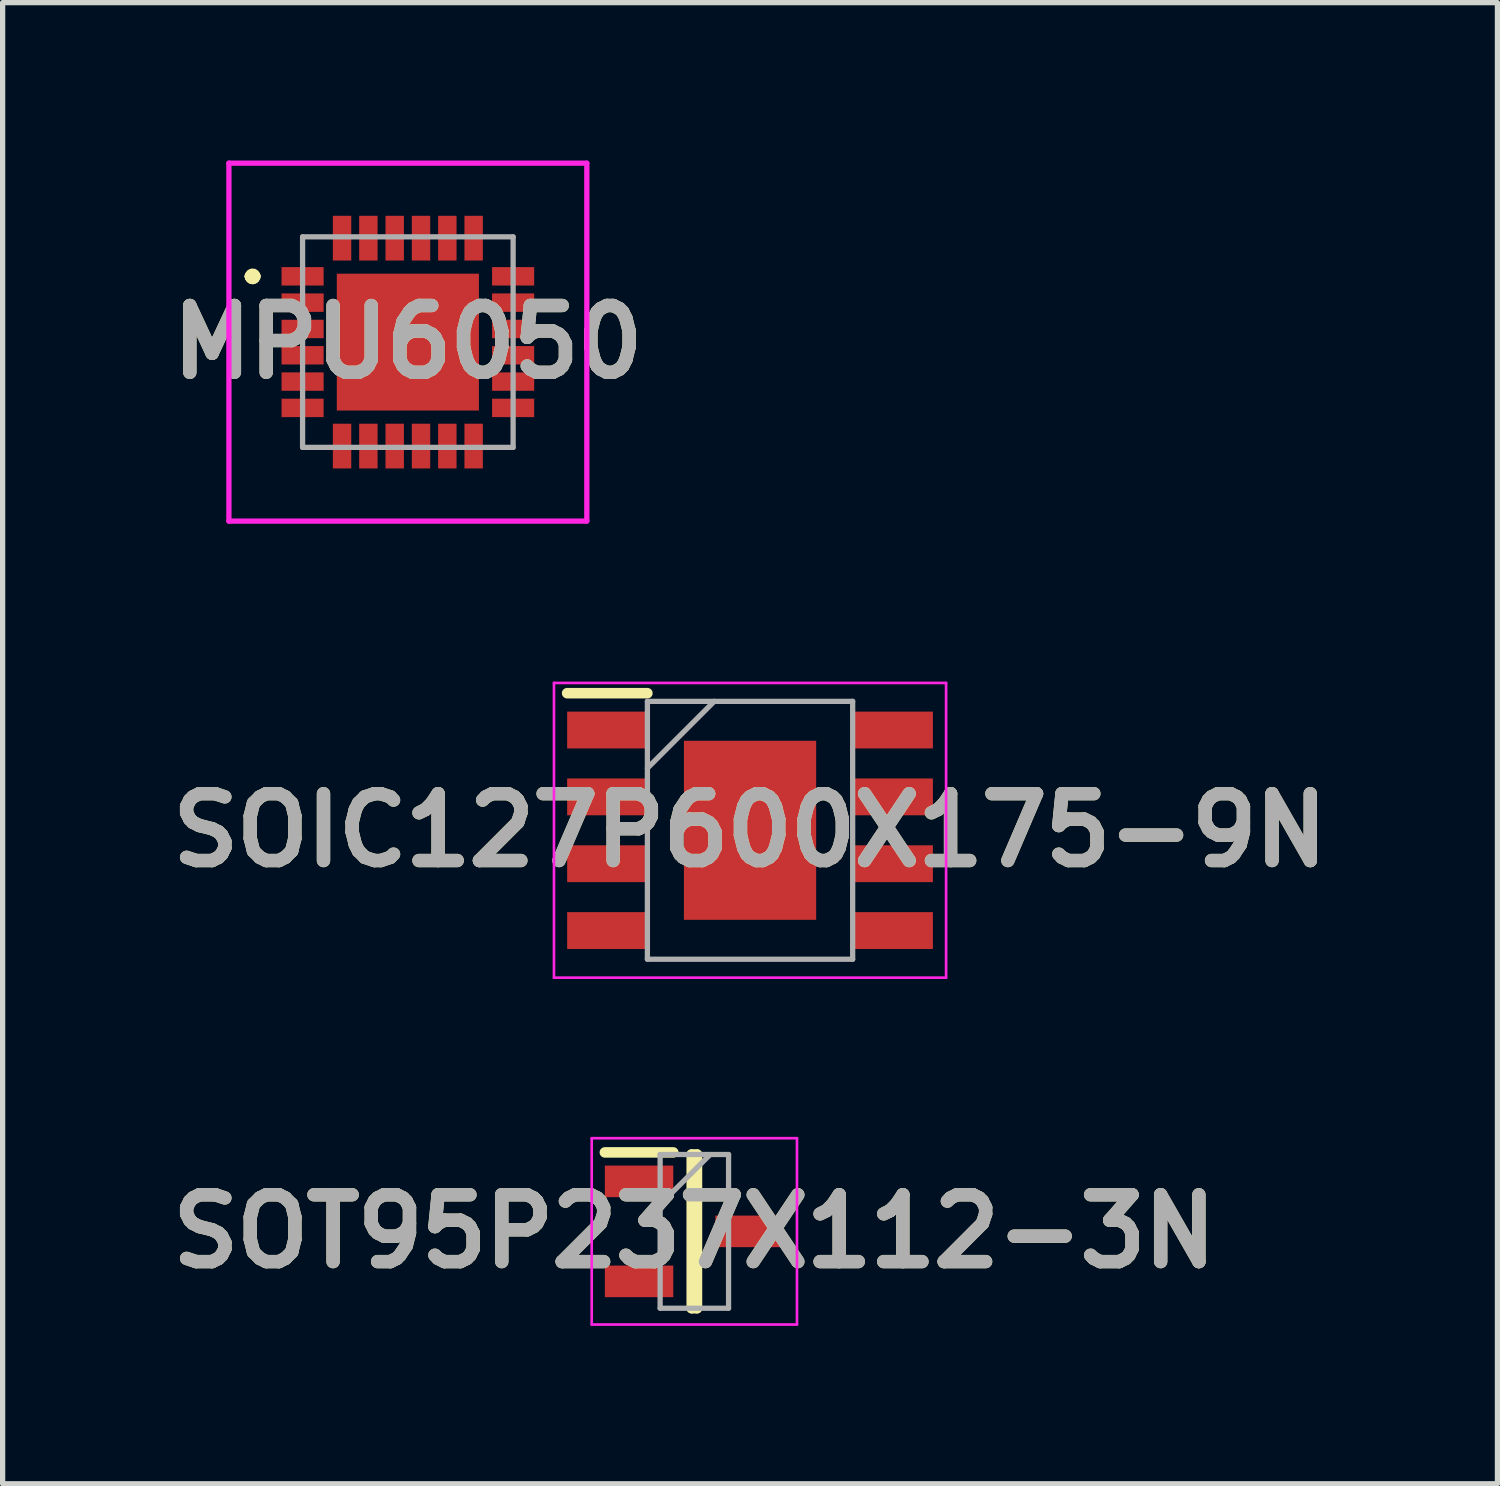
<source format=kicad_pcb>
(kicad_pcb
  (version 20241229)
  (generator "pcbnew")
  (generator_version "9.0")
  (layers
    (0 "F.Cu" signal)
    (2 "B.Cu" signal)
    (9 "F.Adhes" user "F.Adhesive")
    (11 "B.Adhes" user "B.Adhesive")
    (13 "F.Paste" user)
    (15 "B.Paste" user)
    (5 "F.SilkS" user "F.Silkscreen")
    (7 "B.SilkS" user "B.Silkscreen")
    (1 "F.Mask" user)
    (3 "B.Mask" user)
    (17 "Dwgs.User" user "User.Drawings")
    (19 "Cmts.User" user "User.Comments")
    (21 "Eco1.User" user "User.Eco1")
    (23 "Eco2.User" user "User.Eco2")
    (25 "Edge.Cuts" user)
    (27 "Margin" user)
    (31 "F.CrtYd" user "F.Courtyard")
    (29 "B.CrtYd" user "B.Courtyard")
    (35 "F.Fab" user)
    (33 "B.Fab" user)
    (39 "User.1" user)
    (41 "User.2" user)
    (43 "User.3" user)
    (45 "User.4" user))
  (footprint "SOT95P237X112-3N"
    (layer "F.Cu")
    (at 10.142 20.345)
    (property "Reference" "SOT95P237X112-3N" (at 0 0 180) (layer "F.SilkS") (effects (font (size 1.27 1.27) (thickness 0.254))))
    (attr smd)
    (fp_line (start -1.7 -1.5) (end -0.4 -1.5) (stroke (width 0.2) (type solid)) (layer "F.SilkS"))
    (fp_line (start -0.05 -1.46) (end 0.05 -1.46) (stroke (width 0.2) (type solid)) (layer "F.SilkS"))
    (fp_line (start -0.05 1.46) (end -0.05 -1.46) (stroke (width 0.2) (type solid)) (layer "F.SilkS"))
    (fp_line (start 0.05 -1.46) (end 0.05 1.46) (stroke (width 0.2) (type solid)) (layer "F.SilkS"))
    (fp_line (start 0.05 1.46) (end -0.05 1.46) (stroke (width 0.2) (type solid)) (layer "F.SilkS"))
    (fp_line (start -1.95 -1.77) (end 1.95 -1.77) (stroke (width 0.05) (type solid)) (layer "F.CrtYd"))
    (fp_line (start -1.95 1.77) (end -1.95 -1.77) (stroke (width 0.05) (type solid)) (layer "F.CrtYd"))
    (fp_line (start 1.95 -1.77) (end 1.95 1.77) (stroke (width 0.05) (type solid)) (layer "F.CrtYd"))
    (fp_line (start 1.95 1.77) (end -1.95 1.77) (stroke (width 0.05) (type solid)) (layer "F.CrtYd"))
    (fp_line (start -0.65 -1.46) (end 0.65 -1.46) (stroke (width 0.1) (type solid)) (layer "F.Fab"))
    (fp_line (start -0.65 -0.51) (end 0.3 -1.46) (stroke (width 0.1) (type solid)) (layer "F.Fab"))
    (fp_line (start -0.65 1.46) (end -0.65 -1.46) (stroke (width 0.1) (type solid)) (layer "F.Fab"))
    (fp_line (start 0.65 -1.46) (end 0.65 1.46) (stroke (width 0.1) (type solid)) (layer "F.Fab"))
    (fp_line (start 0.65 1.46) (end -0.65 1.46) (stroke (width 0.1) (type solid)) (layer "F.Fab"))
    (fp_text user "${REFERENCE}" (at 0 0 180) (layer "F.Fab") (effects (font (size 1.27 1.27) (thickness 0.254))))
    (pad "1" smd rect (at -1.05 -0.95 90) (size 0.6 1.3) (layers "F.Cu" "F.Mask" "F.Paste"))
    (pad "2" smd rect (at -1.05 0.95 90) (size 0.6 1.3) (layers "F.Cu" "F.Mask" "F.Paste"))
    (pad "3" smd rect (at 1.05 0 90) (size 0.6 1.3) (layers "F.Cu" "F.Mask" "F.Paste")))
  (footprint "MPU6050"
    (layer "F.Cu")
    (at 4.699 3.45)
    (property "Reference" "MPU6050" (at 0 0 180) (layer "F.SilkS") (effects (font (size 1.27 1.27) (thickness 0.254))))
    (attr smd)
    (fp_line (start -3 -1.25) (end -3 -1.25) (stroke (width 0.2) (type solid)) (layer "F.SilkS"))
    (fp_line (start -3 -1.25) (end -3 -1.25) (stroke (width 0.2) (type solid)) (layer "F.SilkS"))
    (fp_line (start -2.9 -1.25) (end -2.9 -1.25) (stroke (width 0.2) (type solid)) (layer "F.SilkS"))
    (fp_arc (start -3 -1.25) (mid -2.95 -1.3) (end -2.9 -1.25) (stroke (width 0.2) (type solid)) (layer "F.SilkS"))
    (fp_arc (start -2.9 -1.25) (mid -2.95 -1.2) (end -3 -1.25) (stroke (width 0.2) (type solid)) (layer "F.SilkS"))
    (fp_arc (start -2.9 -1.25) (mid -2.95 -1.2) (end -3 -1.25) (stroke (width 0.2) (type solid)) (layer "F.SilkS"))
    (fp_line (start -3.4 -3.4) (end 3.4 -3.4) (stroke (width 0.1) (type solid)) (layer "F.CrtYd"))
    (fp_line (start -3.4 3.4) (end -3.4 -3.4) (stroke (width 0.1) (type solid)) (layer "F.CrtYd"))
    (fp_line (start 3.4 -3.4) (end 3.4 3.4) (stroke (width 0.1) (type solid)) (layer "F.CrtYd"))
    (fp_line (start 3.4 3.4) (end -3.4 3.4) (stroke (width 0.1) (type solid)) (layer "F.CrtYd"))
    (fp_line (start -2 -2) (end 2 -2) (stroke (width 0.1) (type solid)) (layer "F.Fab"))
    (fp_line (start -2 2) (end -2 -2) (stroke (width 0.1) (type solid)) (layer "F.Fab"))
    (fp_line (start 2 -2) (end 2 2) (stroke (width 0.1) (type solid)) (layer "F.Fab"))
    (fp_line (start 2 2) (end -2 2) (stroke (width 0.1) (type solid)) (layer "F.Fab"))
    (fp_text user "${REFERENCE}" (at 0 0 180) (layer "F.Fab") (effects (font (size 1.27 1.27) (thickness 0.254))))
    (pad "1" smd rect (at -2 -1.25 90) (size 0.35 0.8) (layers "F.Cu" "F.Mask" "F.Paste"))
    (pad "2" smd rect (at -2 -0.75 90) (size 0.35 0.8) (layers "F.Cu" "F.Mask" "F.Paste"))
    (pad "3" smd rect (at -2 -0.25 90) (size 0.35 0.8) (layers "F.Cu" "F.Mask" "F.Paste"))
    (pad "4" smd rect (at -2 0.25 90) (size 0.35 0.8) (layers "F.Cu" "F.Mask" "F.Paste"))
    (pad "5" smd rect (at -2 0.75 90) (size 0.35 0.8) (layers "F.Cu" "F.Mask" "F.Paste"))
    (pad "6" smd rect (at -2 1.25 90) (size 0.35 0.8) (layers "F.Cu" "F.Mask" "F.Paste"))
    (pad "7" smd rect (at -1.25 1.975) (size 0.35 0.85) (layers "F.Cu" "F.Mask" "F.Paste"))
    (pad "8" smd rect (at -0.75 1.975) (size 0.35 0.85) (layers "F.Cu" "F.Mask" "F.Paste"))
    (pad "9" smd rect (at -0.25 1.975) (size 0.35 0.85) (layers "F.Cu" "F.Mask" "F.Paste"))
    (pad "10" smd rect (at 0.25 1.975) (size 0.35 0.85) (layers "F.Cu" "F.Mask" "F.Paste"))
    (pad "11" smd rect (at 0.75 1.975) (size 0.35 0.85) (layers "F.Cu" "F.Mask" "F.Paste"))
    (pad "12" smd rect (at 1.25 1.975) (size 0.35 0.85) (layers "F.Cu" "F.Mask" "F.Paste"))
    (pad "13" smd rect (at 2 1.25 90) (size 0.35 0.8) (layers "F.Cu" "F.Mask" "F.Paste"))
    (pad "14" smd rect (at 2 0.75 90) (size 0.35 0.8) (layers "F.Cu" "F.Mask" "F.Paste"))
    (pad "15" smd rect (at 2 0.25 90) (size 0.35 0.8) (layers "F.Cu" "F.Mask" "F.Paste"))
    (pad "16" smd rect (at 2 -0.25 90) (size 0.35 0.8) (layers "F.Cu" "F.Mask" "F.Paste"))
    (pad "17" smd rect (at 2 -0.75 90) (size 0.35 0.8) (layers "F.Cu" "F.Mask" "F.Paste"))
    (pad "18" smd rect (at 2 -1.25 90) (size 0.35 0.8) (layers "F.Cu" "F.Mask" "F.Paste"))
    (pad "19" smd rect (at 1.25 -1.975) (size 0.35 0.85) (layers "F.Cu" "F.Mask" "F.Paste"))
    (pad "20" smd rect (at 0.75 -1.975) (size 0.35 0.85) (layers "F.Cu" "F.Mask" "F.Paste"))
    (pad "21" smd rect (at 0.25 -1.975) (size 0.35 0.85) (layers "F.Cu" "F.Mask" "F.Paste"))
    (pad "22" smd rect (at -0.25 -1.975) (size 0.35 0.85) (layers "F.Cu" "F.Mask" "F.Paste"))
    (pad "23" smd rect (at -0.75 -1.975) (size 0.35 0.85) (layers "F.Cu" "F.Mask" "F.Paste"))
    (pad "24" smd rect (at -1.25 -1.975) (size 0.35 0.85) (layers "F.Cu" "F.Mask" "F.Paste"))
    (pad "25" smd rect (at 0 0 90) (size 2.6 2.7) (layers "F.Cu" "F.Mask" "F.Paste")))
  (footprint "SOIC127P600X175-9N"
    (layer "F.Cu")
    (at 11.2 12.725)
    (property "Reference" "SOIC127P600X175-9N" (at 0 0 0) (layer "F.SilkS") (effects (font (size 1.27 1.27) (thickness 0.254))))
    (attr smd)
    (fp_line (start -3.475 -2.605) (end -1.95 -2.605) (stroke (width 0.2) (type solid)) (layer "F.SilkS"))
    (fp_line (start -3.725 -2.8) (end 3.725 -2.8) (stroke (width 0.05) (type solid)) (layer "F.CrtYd"))
    (fp_line (start -3.725 2.8) (end -3.725 -2.8) (stroke (width 0.05) (type solid)) (layer "F.CrtYd"))
    (fp_line (start 3.725 -2.8) (end 3.725 2.8) (stroke (width 0.05) (type solid)) (layer "F.CrtYd"))
    (fp_line (start 3.725 2.8) (end -3.725 2.8) (stroke (width 0.05) (type solid)) (layer "F.CrtYd"))
    (fp_line (start -1.95 -2.45) (end 1.95 -2.45) (stroke (width 0.1) (type solid)) (layer "F.Fab"))
    (fp_line (start -1.95 -1.18) (end -0.68 -2.45) (stroke (width 0.1) (type solid)) (layer "F.Fab"))
    (fp_line (start -1.95 2.45) (end -1.95 -2.45) (stroke (width 0.1) (type solid)) (layer "F.Fab"))
    (fp_line (start 1.95 -2.45) (end 1.95 2.45) (stroke (width 0.1) (type solid)) (layer "F.Fab"))
    (fp_line (start 1.95 2.45) (end -1.95 2.45) (stroke (width 0.1) (type solid)) (layer "F.Fab"))
    (fp_text user "${REFERENCE}" (at 0 0 0) (layer "F.Fab") (effects (font (size 1.27 1.27) (thickness 0.254))))
    (pad "1" smd rect (at -2.712 -1.905 90) (size 0.7 1.525) (layers "F.Cu" "F.Mask" "F.Paste"))
    (pad "2" smd rect (at -2.712 -0.635 90) (size 0.7 1.525) (layers "F.Cu" "F.Mask" "F.Paste"))
    (pad "3" smd rect (at -2.712 0.635 90) (size 0.7 1.525) (layers "F.Cu" "F.Mask" "F.Paste"))
    (pad "4" smd rect (at -2.712 1.905 90) (size 0.7 1.525) (layers "F.Cu" "F.Mask" "F.Paste"))
    (pad "5" smd rect (at 2.712 1.905 90) (size 0.7 1.525) (layers "F.Cu" "F.Mask" "F.Paste"))
    (pad "6" smd rect (at 2.712 0.635 90) (size 0.7 1.525) (layers "F.Cu" "F.Mask" "F.Paste"))
    (pad "7" smd rect (at 2.712 -0.635 90) (size 0.7 1.525) (layers "F.Cu" "F.Mask" "F.Paste"))
    (pad "8" smd rect (at 2.712 -1.905 90) (size 0.7 1.525) (layers "F.Cu" "F.Mask" "F.Paste"))
    (pad "9" smd rect (at 0 0) (size 2.513 3.402) (layers "F.Cu" "F.Mask" "F.Paste")))
  (gr_rect
    (start -3 -3)
    (end 25.4 25.14)
    (stroke (width 0.1) (type default))
    (fill no)
    (layer "Edge.Cuts")))
</source>
